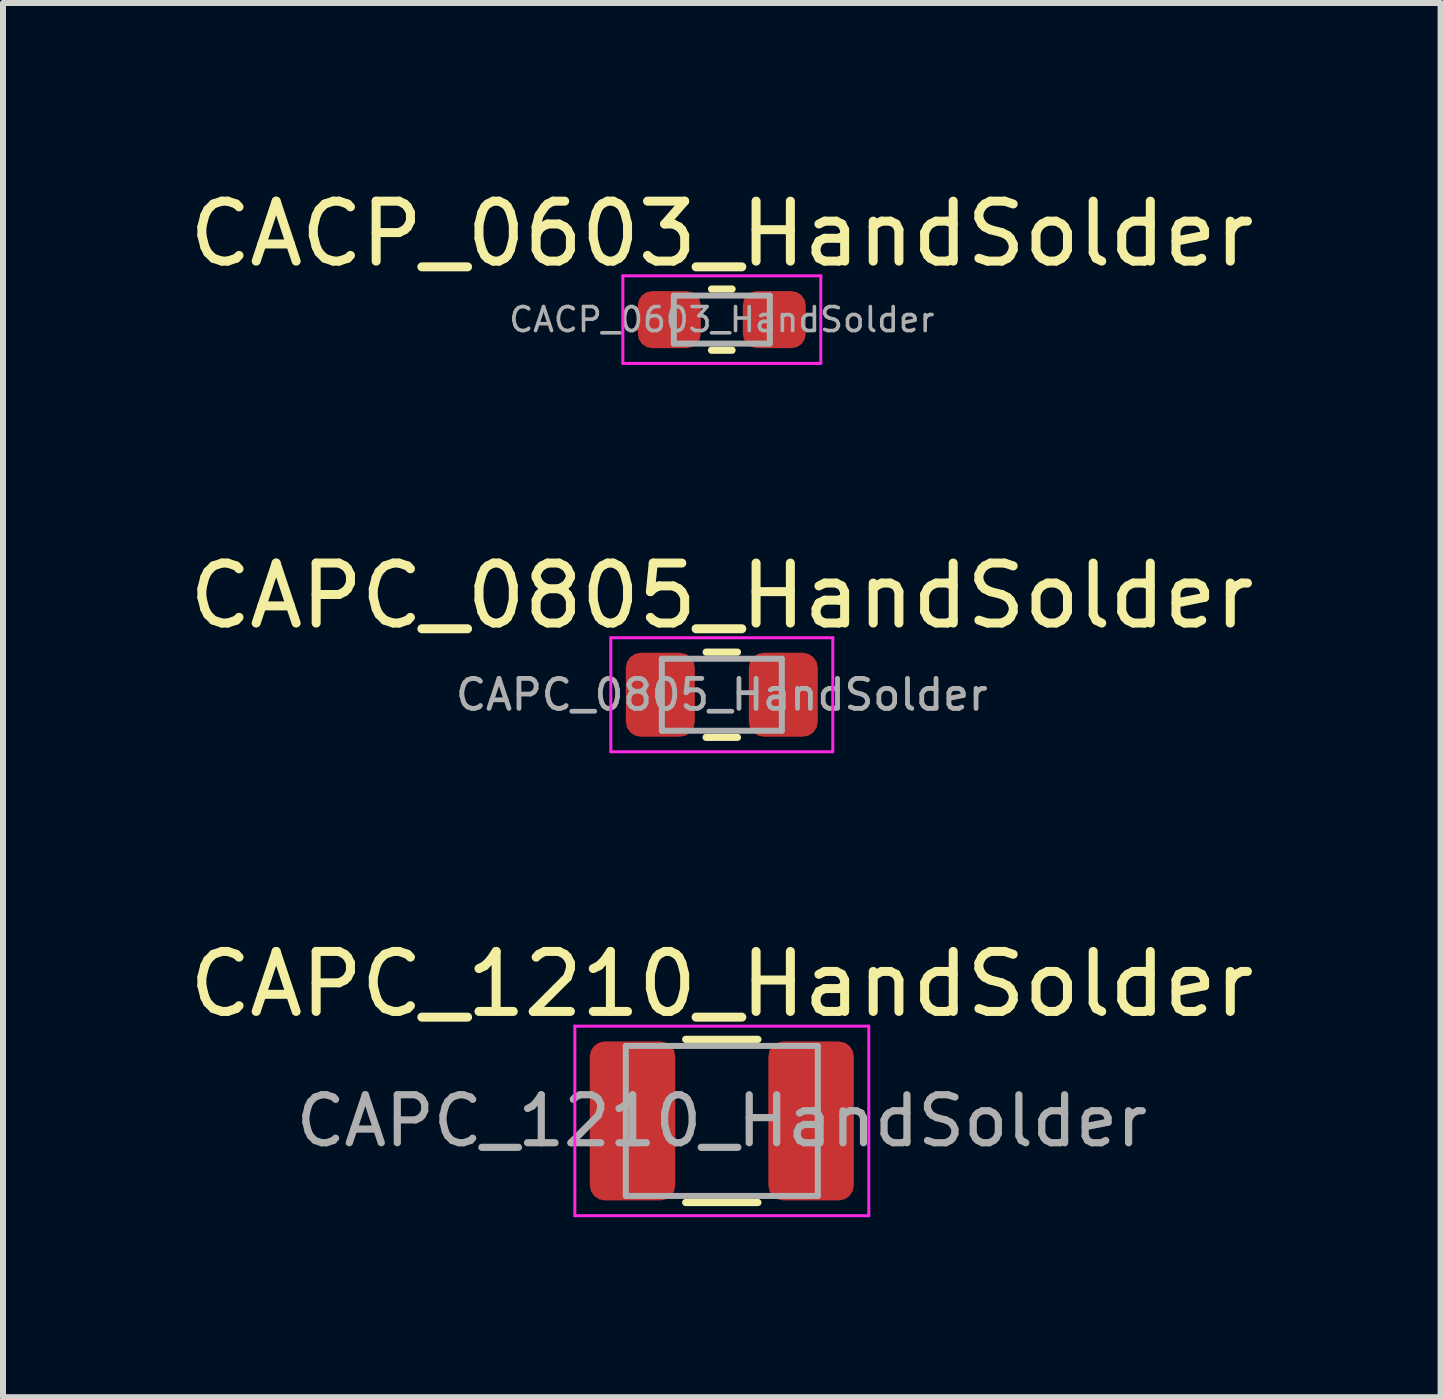
<source format=kicad_pcb>
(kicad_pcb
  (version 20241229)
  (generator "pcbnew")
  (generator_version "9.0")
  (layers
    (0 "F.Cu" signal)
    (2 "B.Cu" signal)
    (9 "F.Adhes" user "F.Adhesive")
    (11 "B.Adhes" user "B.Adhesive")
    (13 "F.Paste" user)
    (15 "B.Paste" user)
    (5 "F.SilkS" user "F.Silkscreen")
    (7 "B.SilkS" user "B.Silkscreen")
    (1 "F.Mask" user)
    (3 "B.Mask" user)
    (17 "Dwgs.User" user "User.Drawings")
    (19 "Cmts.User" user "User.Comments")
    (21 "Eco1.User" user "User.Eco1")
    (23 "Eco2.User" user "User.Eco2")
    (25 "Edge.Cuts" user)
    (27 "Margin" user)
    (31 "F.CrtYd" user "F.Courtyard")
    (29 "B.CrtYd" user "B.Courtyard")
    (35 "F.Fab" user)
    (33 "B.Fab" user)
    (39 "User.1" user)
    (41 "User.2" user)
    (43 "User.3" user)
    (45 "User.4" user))
  (footprint "CAPC_1210_HandSolder"
    (layer "F.Cu")
    (at 8.982 15.635)
    (property "Reference" "CAPC_1210_HandSolder" (at 0 -2.28 0) (layer "F.SilkS") (effects (font (size 1 1) (thickness 0.15))))
    (attr smd)
    (fp_line (start -0.602 -1.36) (end 0.602 -1.36) (stroke (width 0.12) (type solid)) (layer "F.SilkS"))
    (fp_line (start -0.602 1.36) (end 0.602 1.36) (stroke (width 0.12) (type solid)) (layer "F.SilkS"))
    (fp_line (start -2.45 -1.58) (end 2.45 -1.58) (stroke (width 0.05) (type solid)) (layer "F.CrtYd"))
    (fp_line (start -2.45 1.58) (end -2.45 -1.58) (stroke (width 0.05) (type solid)) (layer "F.CrtYd"))
    (fp_line (start 2.45 -1.58) (end 2.45 1.58) (stroke (width 0.05) (type solid)) (layer "F.CrtYd"))
    (fp_line (start 2.45 1.58) (end -2.45 1.58) (stroke (width 0.05) (type solid)) (layer "F.CrtYd"))
    (fp_line (start -1.6 -1.25) (end 1.6 -1.25) (stroke (width 0.1) (type solid)) (layer "F.Fab"))
    (fp_line (start -1.6 1.25) (end -1.6 -1.25) (stroke (width 0.1) (type solid)) (layer "F.Fab"))
    (fp_line (start 1.6 -1.25) (end 1.6 1.25) (stroke (width 0.1) (type solid)) (layer "F.Fab"))
    (fp_line (start 1.6 1.25) (end -1.6 1.25) (stroke (width 0.1) (type solid)) (layer "F.Fab"))
    (fp_text user "${REFERENCE}" (at 0 0 0) (layer "F.Fab") (effects (font (size 0.8 0.8) (thickness 0.12))))
    (pad "1" smd roundrect (at -1.488 0) (size 1.425 2.65) (layers "F.Cu" "F.Mask" "F.Paste") (roundrect_rratio 0.175))
    (pad "2" smd roundrect (at 1.488 0) (size 1.425 2.65) (layers "F.Cu" "F.Mask" "F.Paste") (roundrect_rratio 0.175)))
  (footprint "CACP_0603_HandSolder"
    (layer "F.Cu")
    (at 8.982 2.278)
    (property "Reference" "CACP_0603_HandSolder" (at 0 -1.43 0) (layer "F.SilkS") (effects (font (size 1 1) (thickness 0.15))))
    (attr smd)
    (fp_line (start -0.171 -0.51) (end 0.171 -0.51) (stroke (width 0.12) (type solid)) (layer "F.SilkS"))
    (fp_line (start -0.171 0.51) (end 0.171 0.51) (stroke (width 0.12) (type solid)) (layer "F.SilkS"))
    (fp_line (start -1.65 -0.73) (end 1.65 -0.73) (stroke (width 0.05) (type solid)) (layer "F.CrtYd"))
    (fp_line (start -1.65 0.73) (end -1.65 -0.73) (stroke (width 0.05) (type solid)) (layer "F.CrtYd"))
    (fp_line (start 1.65 -0.73) (end 1.65 0.73) (stroke (width 0.05) (type solid)) (layer "F.CrtYd"))
    (fp_line (start 1.65 0.73) (end -1.65 0.73) (stroke (width 0.05) (type solid)) (layer "F.CrtYd"))
    (fp_line (start -0.8 -0.4) (end 0.8 -0.4) (stroke (width 0.1) (type solid)) (layer "F.Fab"))
    (fp_line (start -0.8 0.4) (end -0.8 -0.4) (stroke (width 0.1) (type solid)) (layer "F.Fab"))
    (fp_line (start 0.8 -0.4) (end 0.8 0.4) (stroke (width 0.1) (type solid)) (layer "F.Fab"))
    (fp_line (start 0.8 0.4) (end -0.8 0.4) (stroke (width 0.1) (type solid)) (layer "F.Fab"))
    (fp_text user "${REFERENCE}" (at 0 0 0) (layer "F.Fab") (effects (font (size 0.4 0.4) (thickness 0.06))))
    (pad "1" smd roundrect (at -0.875 0) (size 1.05 0.95) (layers "F.Cu" "F.Mask" "F.Paste") (roundrect_rratio 0.25))
    (pad "2" smd roundrect (at 0.875 0) (size 1.05 0.95) (layers "F.Cu" "F.Mask" "F.Paste") (roundrect_rratio 0.25)))
  (footprint "CAPC_0805_HandSolder"
    (layer "F.Cu")
    (at 8.982 8.531)
    (property "Reference" "CAPC_0805_HandSolder" (at 0 -1.65 0) (layer "F.SilkS") (effects (font (size 1 1) (thickness 0.15))))
    (attr smd)
    (fp_line (start -0.261 -0.71) (end 0.261 -0.71) (stroke (width 0.12) (type solid)) (layer "F.SilkS"))
    (fp_line (start -0.261 0.71) (end 0.261 0.71) (stroke (width 0.12) (type solid)) (layer "F.SilkS"))
    (fp_line (start -1.85 -0.95) (end 1.85 -0.95) (stroke (width 0.05) (type solid)) (layer "F.CrtYd"))
    (fp_line (start -1.85 0.95) (end -1.85 -0.95) (stroke (width 0.05) (type solid)) (layer "F.CrtYd"))
    (fp_line (start 1.85 -0.95) (end 1.85 0.95) (stroke (width 0.05) (type solid)) (layer "F.CrtYd"))
    (fp_line (start 1.85 0.95) (end -1.85 0.95) (stroke (width 0.05) (type solid)) (layer "F.CrtYd"))
    (fp_line (start -1 -0.6) (end 1 -0.6) (stroke (width 0.1) (type solid)) (layer "F.Fab"))
    (fp_line (start -1 0.6) (end -1 -0.6) (stroke (width 0.1) (type solid)) (layer "F.Fab"))
    (fp_line (start 1 -0.6) (end 1 0.6) (stroke (width 0.1) (type solid)) (layer "F.Fab"))
    (fp_line (start 1 0.6) (end -1 0.6) (stroke (width 0.1) (type solid)) (layer "F.Fab"))
    (fp_text user "${REFERENCE}" (at 0 0 0) (layer "F.Fab") (effects (font (size 0.5 0.5) (thickness 0.08))))
    (pad "1" smd roundrect (at -1.025 0) (size 1.15 1.4) (layers "F.Cu" "F.Mask" "F.Paste") (roundrect_rratio 0.217))
    (pad "2" smd roundrect (at 1.025 0) (size 1.15 1.4) (layers "F.Cu" "F.Mask" "F.Paste") (roundrect_rratio 0.217)))
  (gr_rect
    (start -3 -3)
    (end 20.964 20.24)
    (stroke (width 0.1) (type default))
    (fill no)
    (layer "Edge.Cuts")))
</source>
